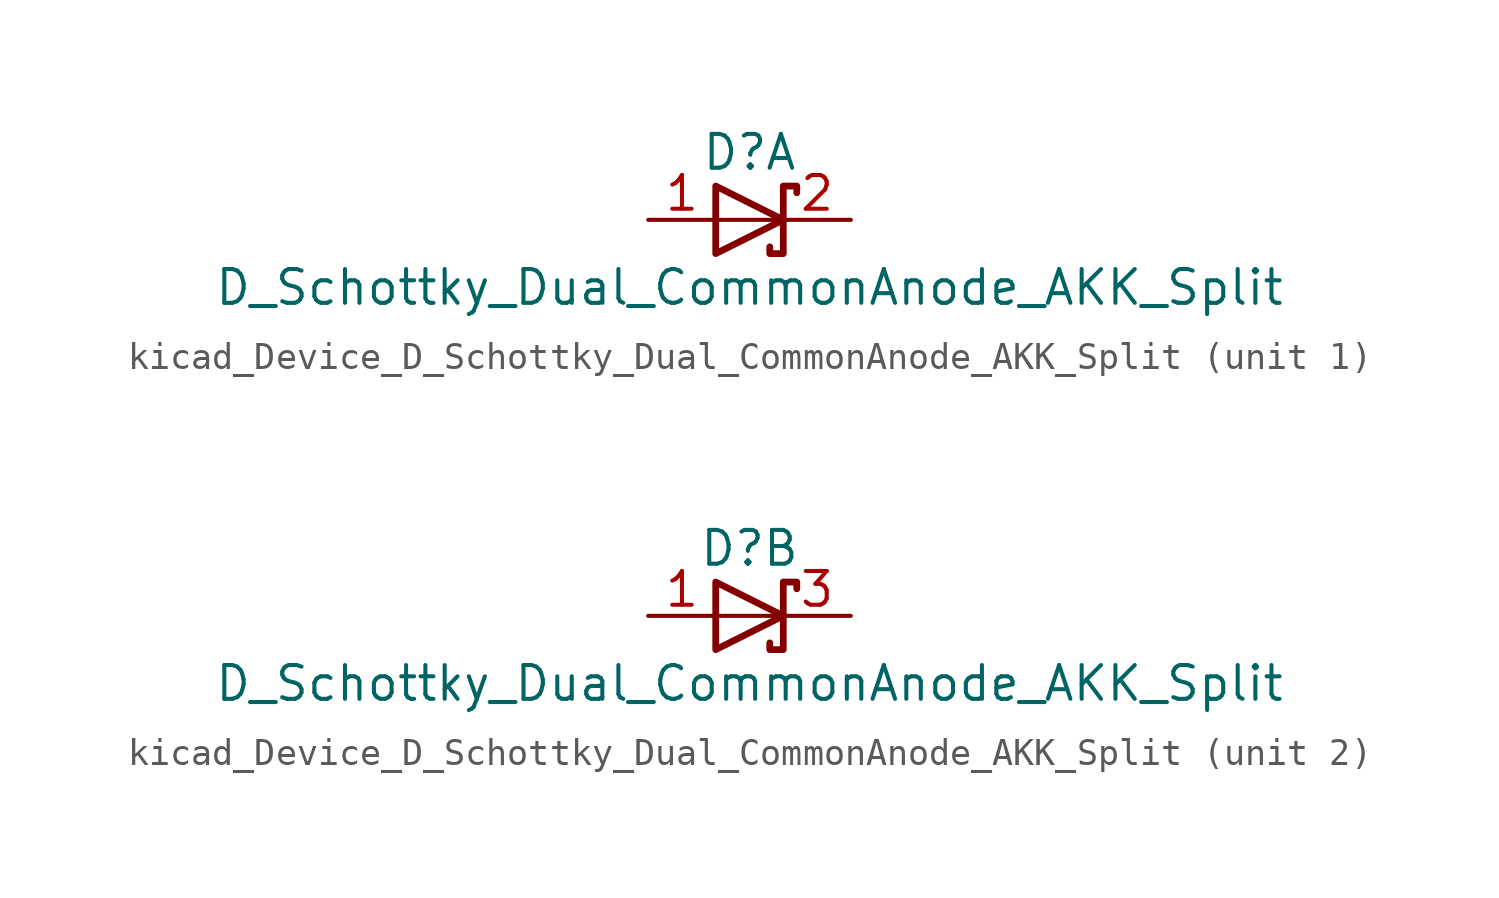
<source format=kicad_sym>
(kicad_symbol_lib
  (version 20220914)
  (generator kicad_symbol_editor)
  (symbol "kicad_Device_D_Schottky_Dual_CommonAnode_AKK_Split"
    (pin_names
      (offset 0.762) hide)
    (property "Reference" "D"
      (at 0 2.54 0)
      (effects (font (size 1.27 1.27))))
    (property "Value" "D_Schottky_Dual_CommonAnode_AKK_Split"
      (at 0 -2.54 0)
      (effects (font (size 1.27 1.27))))
    (property "ki_locked" ""
      (at 0 0 0)
      (effects (font (size 1.27 1.27))))
    (symbol "kicad_Device_D_Schottky_Dual_CommonAnode_AKK_Split_0_1"
      (polyline (pts (xy 1.27 0) (xy -1.27 0)) (stroke (width 0) (type default)) (fill (type none)))
      (polyline (pts (xy -1.27 1.27) (xy 1.27 0) (xy -1.27 -1.27) (xy -1.27 1.27) (xy -1.27 1.27) (xy -1.27 1.27)) (stroke (width 0.254) (type default)) (fill (type none)))
      (polyline (pts (xy 1.778 1.016) (xy 1.778 1.27) (xy 1.27 1.27) (xy 1.27 -1.27) (xy 0.762 -1.27) (xy 0.762 -1.016)) (stroke (width 0.254) (type default)) (fill (type none)))
      (pin passive line (at -3.81 0 0) (length 2.54) (name "A" (effects (font (size 1.27 1.27)))) (number "1" (effects (font (size 1.27 1.27))))))
    (symbol "kicad_Device_D_Schottky_Dual_CommonAnode_AKK_Split_1_1"
      (pin passive line (at 3.81 0 180) (length 2.54) (name "K" (effects (font (size 1.27 1.27)))) (number "2" (effects (font (size 1.27 1.27))))))
    (symbol "kicad_Device_D_Schottky_Dual_CommonAnode_AKK_Split_2_1"
      (pin passive line (at 3.81 0 180) (length 2.54) (name "K" (effects (font (size 1.27 1.27)))) (number "3" (effects (font (size 1.27 1.27))))))))
</source>
